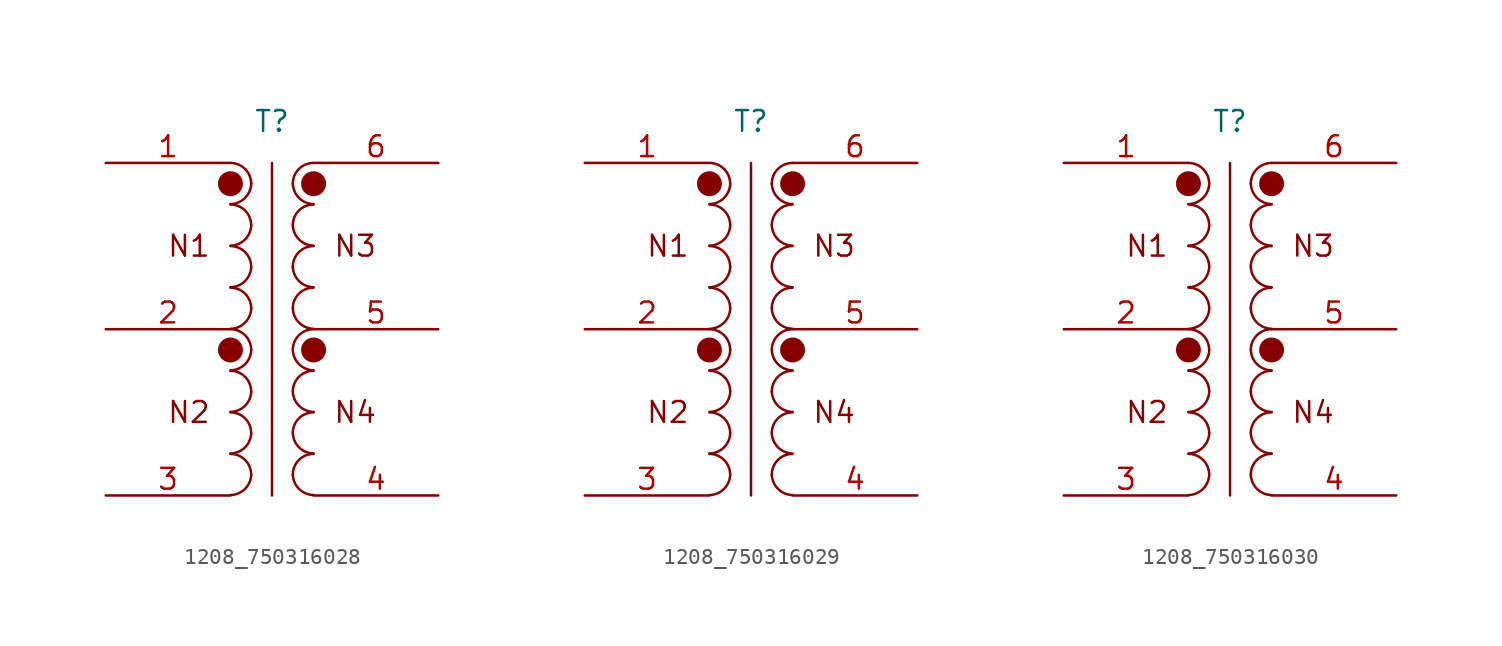
<source format=kicad_sym>
(kicad_symbol_lib
  (version 20220914)
  (generator kicad_symbol_editor)
  (symbol "1208_750316028"
    (pin_names hide)
    (property "Reference" "T"
      (at 0 12.7 0)
      (effects (font (size 1.27 1.27))))
    (property "Critical Parameter" ""
      (at 0 -5.08 0)
      (effects (font (size 1.27 1.27)) (justify left)))
    (symbol "1208_750316028_0_1"
      (arc (start -2.54 -10.1346) (mid -1.6561 -9.7663) (end -1.27 -8.89) (stroke (width 0) (type default)) (fill (type none)))
      (arc (start -2.54 -7.5946) (mid -1.6561 -7.2263) (end -1.27 -6.35) (stroke (width 0) (type default)) (fill (type none)))
      (arc (start -2.54 -5.0546) (mid -1.6561 -4.6863) (end -1.27 -3.81) (stroke (width 0) (type default)) (fill (type none)))
      (arc (start -2.54 -2.5146) (mid -1.6561 -2.1463) (end -1.27 -1.27) (stroke (width 0) (type default)) (fill (type none)))
      (arc (start -2.54 0.0254) (mid -1.6561 0.3937) (end -1.27 1.27) (stroke (width 0) (type default)) (fill (type none)))
      (arc (start -2.54 2.5654) (mid -1.6561 2.9337) (end -1.27 3.81) (stroke (width 0) (type default)) (fill (type none)))
      (arc (start -2.54 5.1054) (mid -1.6561 5.4737) (end -1.27 6.35) (stroke (width 0) (type default)) (fill (type none)))
      (arc (start -2.54 7.6454) (mid -1.6561 8.0137) (end -1.27 8.89) (stroke (width 0) (type default)) (fill (type none)))
      (arc (start -1.27 -8.89) (mid -1.642 -7.992) (end -2.54 -7.62) (stroke (width 0) (type default)) (fill (type none)))
      (arc (start -1.27 -6.35) (mid -1.642 -5.452) (end -2.54 -5.08) (stroke (width 0) (type default)) (fill (type none)))
      (arc (start -1.27 -3.81) (mid -1.642 -2.912) (end -2.54 -2.54) (stroke (width 0) (type default)) (fill (type none)))
      (arc (start -1.27 -1.27) (mid -1.642 -0.372) (end -2.54 0) (stroke (width 0) (type default)) (fill (type none)))
      (arc (start -1.27 1.27) (mid -1.642 2.168) (end -2.54 2.54) (stroke (width 0) (type default)) (fill (type none)))
      (arc (start -1.27 3.81) (mid -1.642 4.708) (end -2.54 5.08) (stroke (width 0) (type default)) (fill (type none)))
      (arc (start -1.27 6.35) (mid -1.642 7.248) (end -2.54 7.62) (stroke (width 0) (type default)) (fill (type none)))
      (arc (start -1.27 8.89) (mid -1.642 9.788) (end -2.54 10.16) (stroke (width 0) (type default)) (fill (type none)))
      (polyline (pts (xy 0 -10.16) (xy 0 10.16)) (stroke (width 0) (type default)) (fill (type none)))
      (arc (start 1.27 -8.89) (mid 1.6561 -9.7663) (end 2.54 -10.1346) (stroke (width 0) (type default)) (fill (type none)))
      (arc (start 1.27 -6.35) (mid 1.6561 -7.2263) (end 2.54 -7.5946) (stroke (width 0) (type default)) (fill (type none)))
      (arc (start 1.27 -3.81) (mid 1.6561 -4.6863) (end 2.54 -5.0546) (stroke (width 0) (type default)) (fill (type none)))
      (arc (start 1.27 -1.27) (mid 1.6561 -2.1463) (end 2.54 -2.5146) (stroke (width 0) (type default)) (fill (type none)))
      (arc (start 1.27 1.27) (mid 1.6561 0.3937) (end 2.54 0.0254) (stroke (width 0) (type default)) (fill (type none)))
      (arc (start 1.27 3.81) (mid 1.6561 2.9337) (end 2.54 2.5654) (stroke (width 0) (type default)) (fill (type none)))
      (arc (start 1.27 6.35) (mid 1.6561 5.4737) (end 2.54 5.1054) (stroke (width 0) (type default)) (fill (type none)))
      (arc (start 1.27 8.89) (mid 1.6561 8.0137) (end 2.54 7.6454) (stroke (width 0) (type default)) (fill (type none)))
      (arc (start 2.54 -7.62) (mid 1.642 -7.992) (end 1.27 -8.89) (stroke (width 0) (type default)) (fill (type none)))
      (arc (start 2.54 -5.08) (mid 1.642 -5.452) (end 1.27 -6.35) (stroke (width 0) (type default)) (fill (type none)))
      (arc (start 2.54 -2.54) (mid 1.642 -2.912) (end 1.27 -3.81) (stroke (width 0) (type default)) (fill (type none)))
      (arc (start 2.54 0) (mid 1.642 -0.372) (end 1.27 -1.27) (stroke (width 0) (type default)) (fill (type none)))
      (arc (start 2.54 2.54) (mid 1.642 2.168) (end 1.27 1.27) (stroke (width 0) (type default)) (fill (type none)))
      (arc (start 2.54 5.08) (mid 1.642 4.708) (end 1.27 3.81) (stroke (width 0) (type default)) (fill (type none)))
      (arc (start 2.54 7.62) (mid 1.642 7.248) (end 1.27 6.35) (stroke (width 0) (type default)) (fill (type none)))
      (arc (start 2.54 10.16) (mid 1.642 9.788) (end 1.27 8.89) (stroke (width 0) (type default)) (fill (type none))))
    (symbol "1208_750316028_1_1"
      (circle (center -2.54 -1.27) (radius 0.0001) (stroke (width 0.762) (type default)) (fill (type none)))
      (circle (center -2.54 8.89) (radius 0.0001) (stroke (width 0.762) (type default)) (fill (type none)))
      (circle (center 2.54 -1.27) (radius 0.0001) (stroke (width 0.762) (type default)) (fill (type none)))
      (circle (center 2.54 8.89) (radius 0.0001) (stroke (width 0.762) (type default)) (fill (type none)))
      (text "N1" (at -5.08 5.08 0) (effects (font (size 1.27 1.27))))
      (text "N2" (at -5.08 -5.08 0) (effects (font (size 1.27 1.27))))
      (text "N3" (at 5.08 5.08 0) (effects (font (size 1.27 1.27))))
      (text "N4" (at 5.08 -5.08 0) (effects (font (size 1.27 1.27))))
      (pin passive line (at -10.16 10.16 0) (length 7.62) (name "1" (effects (font (size 1.27 1.27)))) (number "1" (effects (font (size 1.27 1.27)))))
      (pin passive line (at -10.16 0 0) (length 7.62) (name "2" (effects (font (size 1.27 1.27)))) (number "2" (effects (font (size 1.27 1.27)))))
      (pin passive line (at -10.16 -10.16 0) (length 7.62) (name "3" (effects (font (size 1.27 1.27)))) (number "3" (effects (font (size 1.27 1.27)))))
      (pin passive line (at 10.16 -10.16 180) (length 7.62) (name "4" (effects (font (size 1.27 1.27)))) (number "4" (effects (font (size 1.27 1.27)))))
      (pin passive line (at 10.16 0 180) (length 7.62) (name "5" (effects (font (size 1.27 1.27)))) (number "5" (effects (font (size 1.27 1.27)))))
      (pin passive line (at 10.16 10.16 180) (length 7.62) (name "6" (effects (font (size 1.27 1.27)))) (number "6" (effects (font (size 1.27 1.27)))))))
  (symbol "1208_750316029"
    (pin_names hide)
    (property "Reference" "T"
      (at 0 12.7 0)
      (effects (font (size 1.27 1.27))))
    (property "Critical Parameter" ""
      (at 0 -5.08 0)
      (effects (font (size 1.27 1.27)) (justify left)))
    (symbol "1208_750316029_0_1"
      (arc (start -2.54 -10.1346) (mid -1.6561 -9.7663) (end -1.27 -8.89) (stroke (width 0) (type default)) (fill (type none)))
      (arc (start -2.54 -7.5946) (mid -1.6561 -7.2263) (end -1.27 -6.35) (stroke (width 0) (type default)) (fill (type none)))
      (arc (start -2.54 -5.0546) (mid -1.6561 -4.6863) (end -1.27 -3.81) (stroke (width 0) (type default)) (fill (type none)))
      (arc (start -2.54 -2.5146) (mid -1.6561 -2.1463) (end -1.27 -1.27) (stroke (width 0) (type default)) (fill (type none)))
      (arc (start -2.54 0.0254) (mid -1.6561 0.3937) (end -1.27 1.27) (stroke (width 0) (type default)) (fill (type none)))
      (arc (start -2.54 2.5654) (mid -1.6561 2.9337) (end -1.27 3.81) (stroke (width 0) (type default)) (fill (type none)))
      (arc (start -2.54 5.1054) (mid -1.6561 5.4737) (end -1.27 6.35) (stroke (width 0) (type default)) (fill (type none)))
      (arc (start -2.54 7.6454) (mid -1.6561 8.0137) (end -1.27 8.89) (stroke (width 0) (type default)) (fill (type none)))
      (arc (start -1.27 -8.89) (mid -1.642 -7.992) (end -2.54 -7.62) (stroke (width 0) (type default)) (fill (type none)))
      (arc (start -1.27 -6.35) (mid -1.642 -5.452) (end -2.54 -5.08) (stroke (width 0) (type default)) (fill (type none)))
      (arc (start -1.27 -3.81) (mid -1.642 -2.912) (end -2.54 -2.54) (stroke (width 0) (type default)) (fill (type none)))
      (arc (start -1.27 -1.27) (mid -1.642 -0.372) (end -2.54 0) (stroke (width 0) (type default)) (fill (type none)))
      (arc (start -1.27 1.27) (mid -1.642 2.168) (end -2.54 2.54) (stroke (width 0) (type default)) (fill (type none)))
      (arc (start -1.27 3.81) (mid -1.642 4.708) (end -2.54 5.08) (stroke (width 0) (type default)) (fill (type none)))
      (arc (start -1.27 6.35) (mid -1.642 7.248) (end -2.54 7.62) (stroke (width 0) (type default)) (fill (type none)))
      (arc (start -1.27 8.89) (mid -1.642 9.788) (end -2.54 10.16) (stroke (width 0) (type default)) (fill (type none)))
      (polyline (pts (xy 0 -10.16) (xy 0 10.16)) (stroke (width 0) (type default)) (fill (type none)))
      (arc (start 1.27 -8.89) (mid 1.6561 -9.7663) (end 2.54 -10.1346) (stroke (width 0) (type default)) (fill (type none)))
      (arc (start 1.27 -6.35) (mid 1.6561 -7.2263) (end 2.54 -7.5946) (stroke (width 0) (type default)) (fill (type none)))
      (arc (start 1.27 -3.81) (mid 1.6561 -4.6863) (end 2.54 -5.0546) (stroke (width 0) (type default)) (fill (type none)))
      (arc (start 1.27 -1.27) (mid 1.6561 -2.1463) (end 2.54 -2.5146) (stroke (width 0) (type default)) (fill (type none)))
      (arc (start 1.27 1.27) (mid 1.6561 0.3937) (end 2.54 0.0254) (stroke (width 0) (type default)) (fill (type none)))
      (arc (start 1.27 3.81) (mid 1.6561 2.9337) (end 2.54 2.5654) (stroke (width 0) (type default)) (fill (type none)))
      (arc (start 1.27 6.35) (mid 1.6561 5.4737) (end 2.54 5.1054) (stroke (width 0) (type default)) (fill (type none)))
      (arc (start 1.27 8.89) (mid 1.6561 8.0137) (end 2.54 7.6454) (stroke (width 0) (type default)) (fill (type none)))
      (arc (start 2.54 -7.62) (mid 1.642 -7.992) (end 1.27 -8.89) (stroke (width 0) (type default)) (fill (type none)))
      (arc (start 2.54 -5.08) (mid 1.642 -5.452) (end 1.27 -6.35) (stroke (width 0) (type default)) (fill (type none)))
      (arc (start 2.54 -2.54) (mid 1.642 -2.912) (end 1.27 -3.81) (stroke (width 0) (type default)) (fill (type none)))
      (arc (start 2.54 0) (mid 1.642 -0.372) (end 1.27 -1.27) (stroke (width 0) (type default)) (fill (type none)))
      (arc (start 2.54 2.54) (mid 1.642 2.168) (end 1.27 1.27) (stroke (width 0) (type default)) (fill (type none)))
      (arc (start 2.54 5.08) (mid 1.642 4.708) (end 1.27 3.81) (stroke (width 0) (type default)) (fill (type none)))
      (arc (start 2.54 7.62) (mid 1.642 7.248) (end 1.27 6.35) (stroke (width 0) (type default)) (fill (type none)))
      (arc (start 2.54 10.16) (mid 1.642 9.788) (end 1.27 8.89) (stroke (width 0) (type default)) (fill (type none))))
    (symbol "1208_750316029_1_1"
      (circle (center -2.54 -1.27) (radius 0.0001) (stroke (width 0.762) (type default)) (fill (type none)))
      (circle (center -2.54 8.89) (radius 0.0001) (stroke (width 0.762) (type default)) (fill (type none)))
      (circle (center 2.54 -1.27) (radius 0.0001) (stroke (width 0.762) (type default)) (fill (type none)))
      (circle (center 2.54 8.89) (radius 0.0001) (stroke (width 0.762) (type default)) (fill (type none)))
      (text "N1" (at -5.08 5.08 0) (effects (font (size 1.27 1.27))))
      (text "N2" (at -5.08 -5.08 0) (effects (font (size 1.27 1.27))))
      (text "N3" (at 5.08 5.08 0) (effects (font (size 1.27 1.27))))
      (text "N4" (at 5.08 -5.08 0) (effects (font (size 1.27 1.27))))
      (pin passive line (at -10.16 10.16 0) (length 7.62) (name "1" (effects (font (size 1.27 1.27)))) (number "1" (effects (font (size 1.27 1.27)))))
      (pin passive line (at -10.16 0 0) (length 7.62) (name "2" (effects (font (size 1.27 1.27)))) (number "2" (effects (font (size 1.27 1.27)))))
      (pin passive line (at -10.16 -10.16 0) (length 7.62) (name "3" (effects (font (size 1.27 1.27)))) (number "3" (effects (font (size 1.27 1.27)))))
      (pin passive line (at 10.16 -10.16 180) (length 7.62) (name "4" (effects (font (size 1.27 1.27)))) (number "4" (effects (font (size 1.27 1.27)))))
      (pin passive line (at 10.16 0 180) (length 7.62) (name "5" (effects (font (size 1.27 1.27)))) (number "5" (effects (font (size 1.27 1.27)))))
      (pin passive line (at 10.16 10.16 180) (length 7.62) (name "6" (effects (font (size 1.27 1.27)))) (number "6" (effects (font (size 1.27 1.27)))))))
  (symbol "1208_750316030"
    (pin_names hide)
    (property "Reference" "T"
      (at 0 12.7 0)
      (effects (font (size 1.27 1.27))))
    (property "Critical Parameter" ""
      (at 0 -5.08 0)
      (effects (font (size 1.27 1.27)) (justify left)))
    (symbol "1208_750316030_0_1"
      (arc (start -2.54 -10.1346) (mid -1.6561 -9.7663) (end -1.27 -8.89) (stroke (width 0) (type default)) (fill (type none)))
      (arc (start -2.54 -7.5946) (mid -1.6561 -7.2263) (end -1.27 -6.35) (stroke (width 0) (type default)) (fill (type none)))
      (arc (start -2.54 -5.0546) (mid -1.6561 -4.6863) (end -1.27 -3.81) (stroke (width 0) (type default)) (fill (type none)))
      (arc (start -2.54 -2.5146) (mid -1.6561 -2.1463) (end -1.27 -1.27) (stroke (width 0) (type default)) (fill (type none)))
      (arc (start -2.54 0.0254) (mid -1.6561 0.3937) (end -1.27 1.27) (stroke (width 0) (type default)) (fill (type none)))
      (arc (start -2.54 2.5654) (mid -1.6561 2.9337) (end -1.27 3.81) (stroke (width 0) (type default)) (fill (type none)))
      (arc (start -2.54 5.1054) (mid -1.6561 5.4737) (end -1.27 6.35) (stroke (width 0) (type default)) (fill (type none)))
      (arc (start -2.54 7.6454) (mid -1.6561 8.0137) (end -1.27 8.89) (stroke (width 0) (type default)) (fill (type none)))
      (arc (start -1.27 -8.89) (mid -1.642 -7.992) (end -2.54 -7.62) (stroke (width 0) (type default)) (fill (type none)))
      (arc (start -1.27 -6.35) (mid -1.642 -5.452) (end -2.54 -5.08) (stroke (width 0) (type default)) (fill (type none)))
      (arc (start -1.27 -3.81) (mid -1.642 -2.912) (end -2.54 -2.54) (stroke (width 0) (type default)) (fill (type none)))
      (arc (start -1.27 -1.27) (mid -1.642 -0.372) (end -2.54 0) (stroke (width 0) (type default)) (fill (type none)))
      (arc (start -1.27 1.27) (mid -1.642 2.168) (end -2.54 2.54) (stroke (width 0) (type default)) (fill (type none)))
      (arc (start -1.27 3.81) (mid -1.642 4.708) (end -2.54 5.08) (stroke (width 0) (type default)) (fill (type none)))
      (arc (start -1.27 6.35) (mid -1.642 7.248) (end -2.54 7.62) (stroke (width 0) (type default)) (fill (type none)))
      (arc (start -1.27 8.89) (mid -1.642 9.788) (end -2.54 10.16) (stroke (width 0) (type default)) (fill (type none)))
      (polyline (pts (xy 0 -10.16) (xy 0 10.16)) (stroke (width 0) (type default)) (fill (type none)))
      (arc (start 1.27 -8.89) (mid 1.6561 -9.7663) (end 2.54 -10.1346) (stroke (width 0) (type default)) (fill (type none)))
      (arc (start 1.27 -6.35) (mid 1.6561 -7.2263) (end 2.54 -7.5946) (stroke (width 0) (type default)) (fill (type none)))
      (arc (start 1.27 -3.81) (mid 1.6561 -4.6863) (end 2.54 -5.0546) (stroke (width 0) (type default)) (fill (type none)))
      (arc (start 1.27 -1.27) (mid 1.6561 -2.1463) (end 2.54 -2.5146) (stroke (width 0) (type default)) (fill (type none)))
      (arc (start 1.27 1.27) (mid 1.6561 0.3937) (end 2.54 0.0254) (stroke (width 0) (type default)) (fill (type none)))
      (arc (start 1.27 3.81) (mid 1.6561 2.9337) (end 2.54 2.5654) (stroke (width 0) (type default)) (fill (type none)))
      (arc (start 1.27 6.35) (mid 1.6561 5.4737) (end 2.54 5.1054) (stroke (width 0) (type default)) (fill (type none)))
      (arc (start 1.27 8.89) (mid 1.6561 8.0137) (end 2.54 7.6454) (stroke (width 0) (type default)) (fill (type none)))
      (arc (start 2.54 -7.62) (mid 1.642 -7.992) (end 1.27 -8.89) (stroke (width 0) (type default)) (fill (type none)))
      (arc (start 2.54 -5.08) (mid 1.642 -5.452) (end 1.27 -6.35) (stroke (width 0) (type default)) (fill (type none)))
      (arc (start 2.54 -2.54) (mid 1.642 -2.912) (end 1.27 -3.81) (stroke (width 0) (type default)) (fill (type none)))
      (arc (start 2.54 0) (mid 1.642 -0.372) (end 1.27 -1.27) (stroke (width 0) (type default)) (fill (type none)))
      (arc (start 2.54 2.54) (mid 1.642 2.168) (end 1.27 1.27) (stroke (width 0) (type default)) (fill (type none)))
      (arc (start 2.54 5.08) (mid 1.642 4.708) (end 1.27 3.81) (stroke (width 0) (type default)) (fill (type none)))
      (arc (start 2.54 7.62) (mid 1.642 7.248) (end 1.27 6.35) (stroke (width 0) (type default)) (fill (type none)))
      (arc (start 2.54 10.16) (mid 1.642 9.788) (end 1.27 8.89) (stroke (width 0) (type default)) (fill (type none))))
    (symbol "1208_750316030_1_1"
      (circle (center -2.54 -1.27) (radius 0.0001) (stroke (width 0.762) (type default)) (fill (type none)))
      (circle (center -2.54 8.89) (radius 0.0001) (stroke (width 0.762) (type default)) (fill (type none)))
      (circle (center 2.54 -1.27) (radius 0.0001) (stroke (width 0.762) (type default)) (fill (type none)))
      (circle (center 2.54 8.89) (radius 0.0001) (stroke (width 0.762) (type default)) (fill (type none)))
      (text "N1" (at -5.08 5.08 0) (effects (font (size 1.27 1.27))))
      (text "N2" (at -5.08 -5.08 0) (effects (font (size 1.27 1.27))))
      (text "N3" (at 5.08 5.08 0) (effects (font (size 1.27 1.27))))
      (text "N4" (at 5.08 -5.08 0) (effects (font (size 1.27 1.27))))
      (pin passive line (at -10.16 10.16 0) (length 7.62) (name "1" (effects (font (size 1.27 1.27)))) (number "1" (effects (font (size 1.27 1.27)))))
      (pin passive line (at -10.16 0 0) (length 7.62) (name "2" (effects (font (size 1.27 1.27)))) (number "2" (effects (font (size 1.27 1.27)))))
      (pin passive line (at -10.16 -10.16 0) (length 7.62) (name "3" (effects (font (size 1.27 1.27)))) (number "3" (effects (font (size 1.27 1.27)))))
      (pin passive line (at 10.16 -10.16 180) (length 7.62) (name "4" (effects (font (size 1.27 1.27)))) (number "4" (effects (font (size 1.27 1.27)))))
      (pin passive line (at 10.16 0 180) (length 7.62) (name "5" (effects (font (size 1.27 1.27)))) (number "5" (effects (font (size 1.27 1.27)))))
      (pin passive line (at 10.16 10.16 180) (length 7.62) (name "6" (effects (font (size 1.27 1.27)))) (number "6" (effects (font (size 1.27 1.27))))))))
</source>
